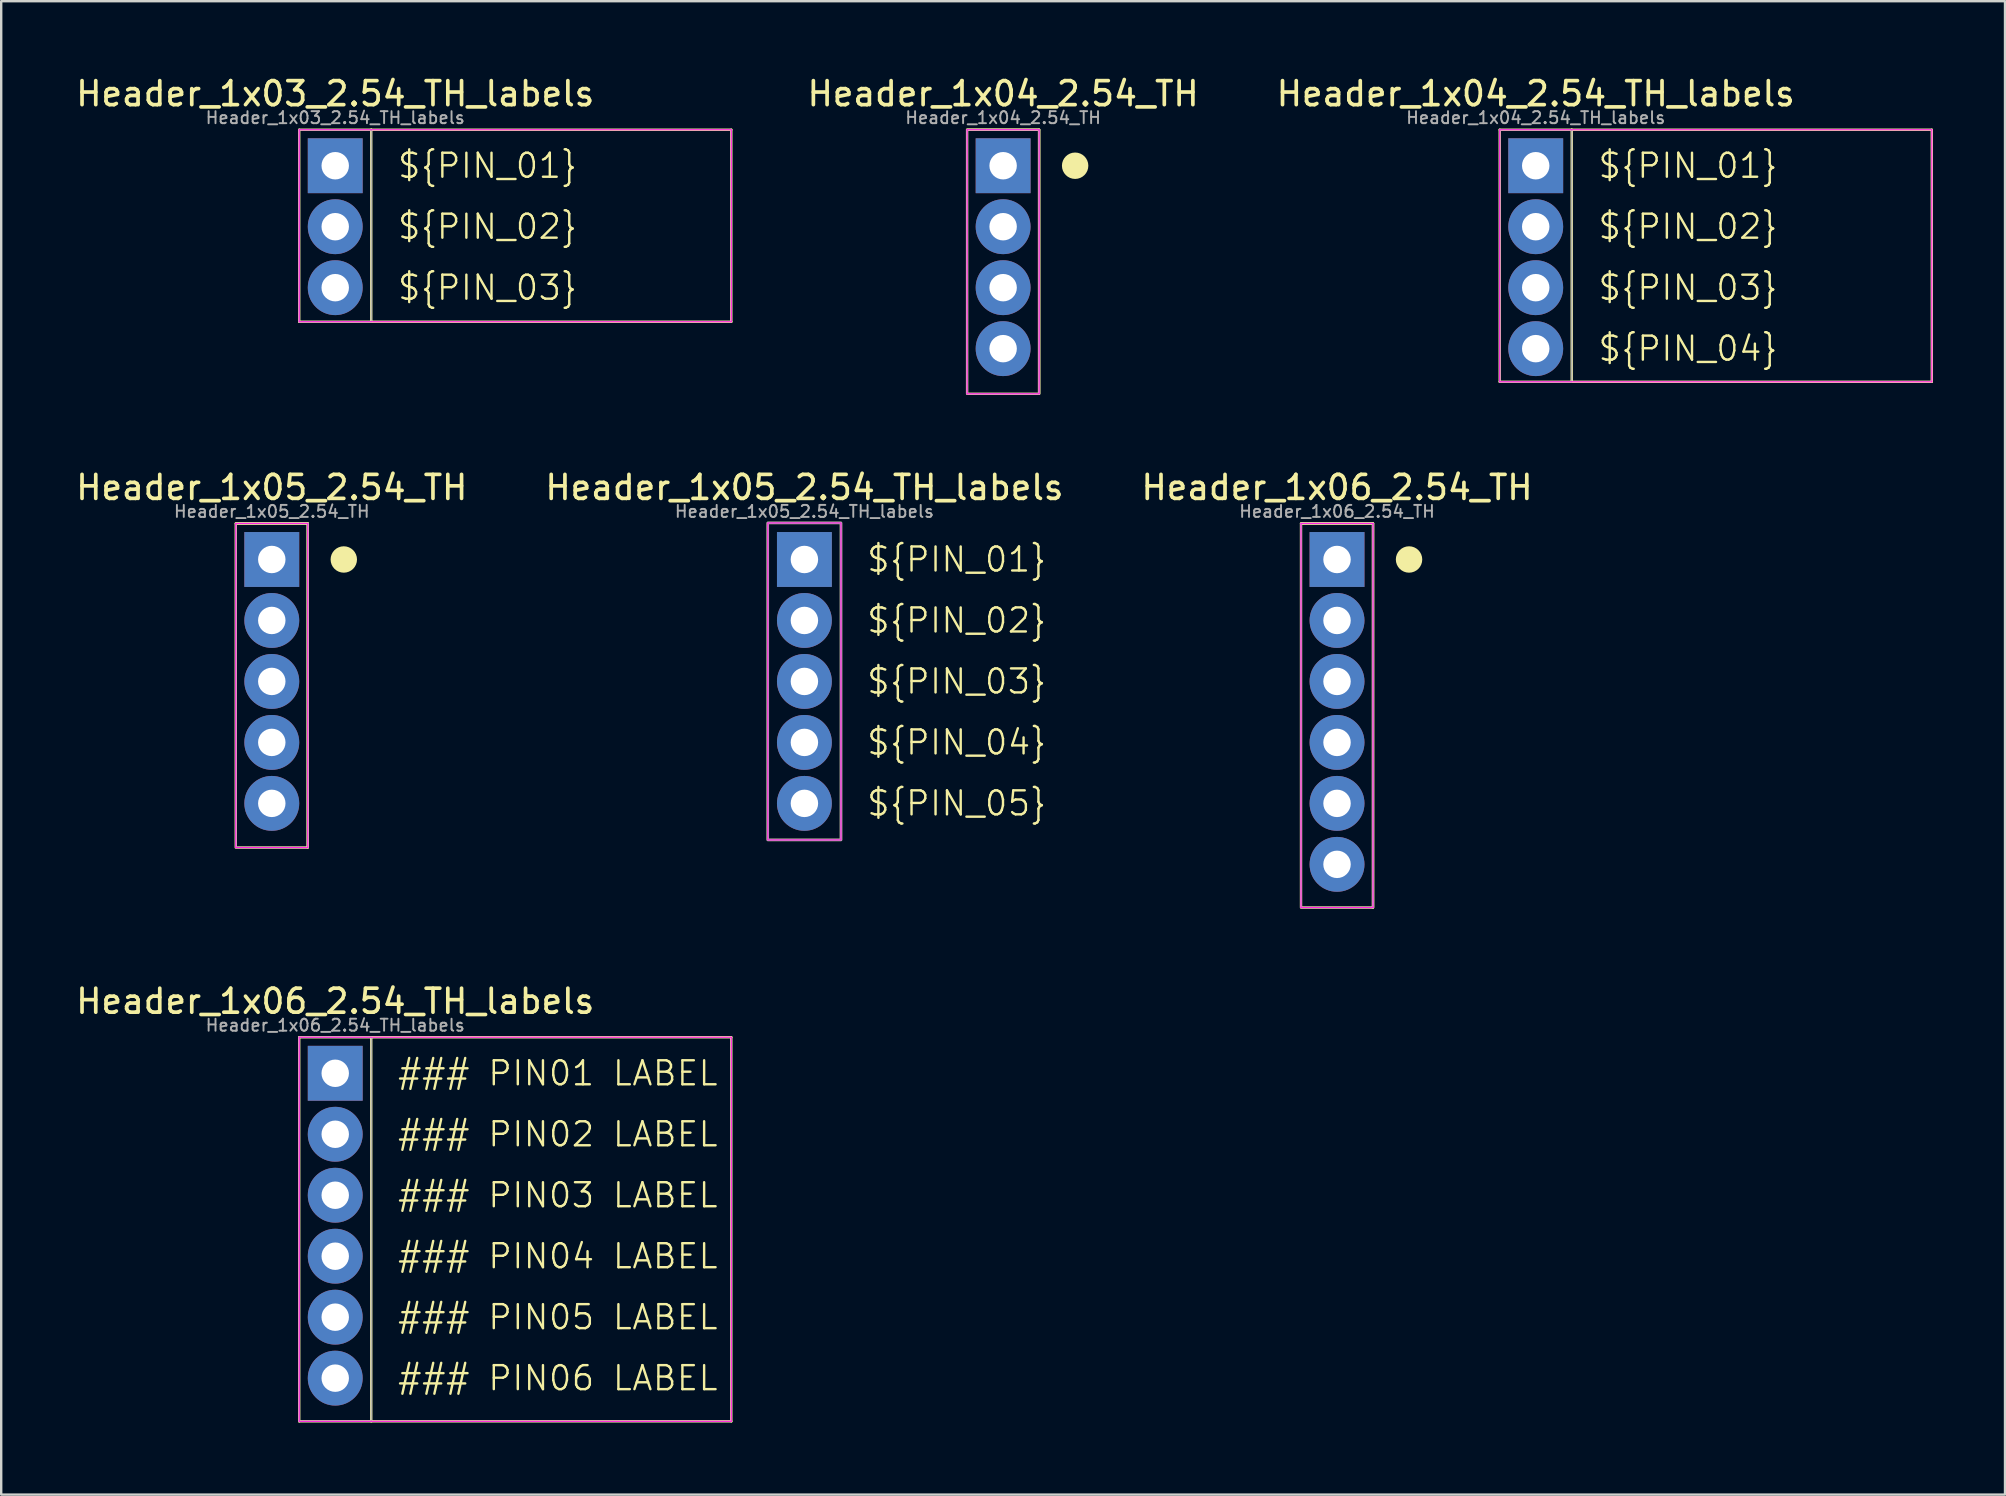
<source format=kicad_pcb>
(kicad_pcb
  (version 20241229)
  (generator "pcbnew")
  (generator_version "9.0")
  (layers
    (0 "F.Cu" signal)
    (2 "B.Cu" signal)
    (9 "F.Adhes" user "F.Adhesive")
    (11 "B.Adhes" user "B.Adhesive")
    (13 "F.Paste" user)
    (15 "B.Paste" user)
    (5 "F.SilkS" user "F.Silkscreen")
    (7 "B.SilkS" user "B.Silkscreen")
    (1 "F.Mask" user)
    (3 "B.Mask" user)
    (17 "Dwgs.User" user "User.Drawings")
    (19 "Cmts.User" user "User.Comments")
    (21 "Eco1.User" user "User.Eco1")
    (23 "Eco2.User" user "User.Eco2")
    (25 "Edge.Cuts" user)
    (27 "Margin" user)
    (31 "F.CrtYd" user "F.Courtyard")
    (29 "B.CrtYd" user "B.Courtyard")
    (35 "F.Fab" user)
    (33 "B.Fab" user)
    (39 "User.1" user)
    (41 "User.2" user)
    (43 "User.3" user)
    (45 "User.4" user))
  (footprint "Header_1x04_2.54_TH"
    (layer "F.Cu")
    (at 38.738 3.854)
    (property "Reference" "Header_1x04_2.54_TH" (at 0 -3 0) (layer "F.SilkS") (effects (font (size 1 1) (thickness 0.153))))
    (attr through_hole)
    (fp_line (start -1.5 -1.5) (end 1.5 -1.5) (stroke (width 0.1) (type default)) (layer "F.SilkS"))
    (fp_line (start 1.5 -1.5) (end 1.5 9.5) (stroke (width 0.1) (type default)) (layer "F.SilkS"))
    (fp_rect (start -1.5 -1.5) (end 1.5 9.5) (stroke (width 0.1) (type default)) (fill no) (layer "F.SilkS"))
    (fp_circle (center 3 0) (end 3.5 0) (stroke (width 0.1) (type solid)) (fill yes) (layer "F.SilkS"))
    (fp_line (start -1.5 -1.5) (end 1.5 -1.5) (stroke (width 0.05) (type default)) (layer "F.CrtYd"))
    (fp_line (start -1.5 9.5) (end -1.5 -1.5) (stroke (width 0.05) (type default)) (layer "F.CrtYd"))
    (fp_line (start 1.5 -1.5) (end 1.5 9.5) (stroke (width 0.05) (type default)) (layer "F.CrtYd"))
    (fp_line (start 1.5 9.5) (end -1.5 9.5) (stroke (width 0.05) (type default)) (layer "F.CrtYd"))
    (fp_line (start -1.5 -1.5) (end 1.5 -1.5) (stroke (width 0.05) (type default)) (layer "F.Fab"))
    (fp_line (start -1.5 9.5) (end -1.5 -1.5) (stroke (width 0.05) (type default)) (layer "F.Fab"))
    (fp_line (start 1.5 -1.5) (end 1.5 9.5) (stroke (width 0.05) (type default)) (layer "F.Fab"))
    (fp_line (start 1.5 9.5) (end -1.5 9.5) (stroke (width 0.05) (type default)) (layer "F.Fab"))
    (fp_text user "${REFERENCE}" (at 0 -2 0) (layer "F.Fab") (effects (font (size 0.5 0.5) (thickness 0.08))))
    (pad "1" thru_hole rect (at 0 0) (size 2.286 2.286) (drill 1.143) (layers "*.Cu" "*.Mask"))
    (pad "2" thru_hole circle (at 0 2.54) (size 2.286 2.286) (drill 1.143) (layers "*.Cu" "*.Mask"))
    (pad "3" thru_hole circle (at 0 5.08) (size 2.286 2.286) (drill 1.143) (layers "*.Cu" "*.Mask"))
    (pad "4" thru_hole circle (at 0 7.62) (size 2.286 2.286) (drill 1.143) (layers "*.Cu" "*.Mask")))
  (footprint "Header_1x05_2.54_TH"
    (layer "F.Cu")
    (at 8.272 20.257)
    (property "Reference" "Header_1x05_2.54_TH" (at 0 -3 0) (layer "F.SilkS") (effects (font (size 1 1) (thickness 0.153))))
    (attr through_hole)
    (fp_line (start -1.5 -1.5) (end 1.5 -1.5) (stroke (width 0.1) (type default)) (layer "F.SilkS"))
    (fp_line (start 1.5 -1.5) (end 1.5 12) (stroke (width 0.1) (type default)) (layer "F.SilkS"))
    (fp_rect (start -1.5 -1.5) (end 1.5 12) (stroke (width 0.1) (type default)) (fill no) (layer "F.SilkS"))
    (fp_circle (center 3 0) (end 3.5 0) (stroke (width 0.1) (type solid)) (fill yes) (layer "F.SilkS"))
    (fp_line (start -1.5 -1.5) (end 1.5 -1.5) (stroke (width 0.05) (type default)) (layer "F.CrtYd"))
    (fp_line (start -1.5 12) (end -1.5 -1.5) (stroke (width 0.05) (type default)) (layer "F.CrtYd"))
    (fp_line (start 1.5 -1.5) (end 1.5 12) (stroke (width 0.05) (type default)) (layer "F.CrtYd"))
    (fp_line (start 1.5 12) (end -1.5 12) (stroke (width 0.05) (type default)) (layer "F.CrtYd"))
    (fp_line (start -1.5 -1.5) (end 1.5 -1.5) (stroke (width 0.05) (type default)) (layer "F.Fab"))
    (fp_line (start -1.5 12) (end -1.5 -1.5) (stroke (width 0.05) (type default)) (layer "F.Fab"))
    (fp_line (start 1.5 -1.5) (end 1.5 12) (stroke (width 0.05) (type default)) (layer "F.Fab"))
    (fp_line (start 1.5 12) (end -1.5 12) (stroke (width 0.05) (type default)) (layer "F.Fab"))
    (fp_text user "${REFERENCE}" (at 0 -2 0) (layer "F.Fab") (effects (font (size 0.5 0.5) (thickness 0.08))))
    (pad "1" thru_hole rect (at 0 0) (size 2.286 2.286) (drill 1.143) (layers "*.Cu" "*.Mask"))
    (pad "2" thru_hole circle (at 0 2.54) (size 2.286 2.286) (drill 1.143) (layers "*.Cu" "*.Mask"))
    (pad "3" thru_hole circle (at 0 5.08) (size 2.286 2.286) (drill 1.143) (layers "*.Cu" "*.Mask"))
    (pad "4" thru_hole circle (at 0 7.62) (size 2.286 2.286) (drill 1.143) (layers "*.Cu" "*.Mask"))
    (pad "5" thru_hole circle (at 0 10.16) (size 2.286 2.286) (drill 1.143) (layers "*.Cu" "*.Mask")))
  (footprint "Header_1x05_2.54_TH_labels"
    (layer "F.Cu")
    (at 30.46 20.257)
    (property "Reference" "Header_1x05_2.54_TH_labels" (at 0 -3 0) (layer "F.SilkS") (effects (font (size 1 1) (thickness 0.153))))
    (attr through_hole)
    (fp_rect (start -1.524 -1.524) (end 1.524 11.684) (stroke (width 0.1) (type default)) (fill no) (layer "F.SilkS"))
    (fp_rect (start -1.524 -1.524) (end 1.524 11.684) (stroke (width 0.05) (type default)) (fill no) (layer "F.CrtYd"))
    (fp_rect (start -1.524 -1.524) (end 1.524 11.684) (stroke (width 0.1) (type default)) (fill no) (layer "F.Fab"))
    (fp_text user "${PIN_04}" (at 2.54 7.62 0) (unlocked yes) (layer "F.SilkS") (effects (font (size 1 1) (thickness 0.1)) (justify left)))
    (fp_text user "${PIN_03}" (at 2.54 5.08 0) (unlocked yes) (layer "F.SilkS") (effects (font (size 1 1) (thickness 0.1)) (justify left)))
    (fp_text user "${PIN_05}" (at 2.54 10.16 0) (unlocked yes) (layer "F.SilkS") (effects (font (size 1 1) (thickness 0.1)) (justify left)))
    (fp_text user "${PIN_02}" (at 2.54 2.54 0) (unlocked yes) (layer "F.SilkS") (effects (font (size 1 1) (thickness 0.1)) (justify left)))
    (fp_text user "${PIN_01}" (at 2.54 0 0) (unlocked yes) (layer "F.SilkS") (effects (font (size 1 1) (thickness 0.1)) (justify left)))
    (fp_text user "${REFERENCE}" (at 0 -2 0) (layer "F.Fab") (effects (font (size 0.5 0.5) (thickness 0.08))))
    (pad "1" thru_hole rect (at 0 0) (size 2.286 2.286) (drill 1.143) (layers "*.Cu" "*.Mask"))
    (pad "2" thru_hole circle (at 0 2.54) (size 2.286 2.286) (drill 1.143) (layers "*.Cu" "*.Mask"))
    (pad "3" thru_hole circle (at 0 5.08) (size 2.286 2.286) (drill 1.143) (layers "*.Cu" "*.Mask"))
    (pad "4" thru_hole circle (at 0 7.62) (size 2.286 2.286) (drill 1.143) (layers "*.Cu" "*.Mask"))
    (pad "5" thru_hole circle (at 0 10.16) (size 2.286 2.286) (drill 1.143) (layers "*.Cu" "*.Mask")))
  (footprint "Header_1x04_2.54_TH_labels"
    (layer "F.Cu")
    (at 60.925 3.854)
    (property "Reference" "Header_1x04_2.54_TH_labels" (at 0 -3 0) (layer "F.SilkS") (effects (font (size 1 1) (thickness 0.153))))
    (attr through_hole)
    (fp_line (start -1.5 -1.5) (end 1.5 -1.5) (stroke (width 0.1) (type default)) (layer "F.SilkS"))
    (fp_line (start -1.5 9) (end -1.5 -1.5) (stroke (width 0.1) (type default)) (layer "F.SilkS"))
    (fp_line (start 1.5 -1.5) (end 1.5 9) (stroke (width 0.1) (type default)) (layer "F.SilkS"))
    (fp_line (start 16.5 -1.5) (end 1.5 -1.5) (stroke (width 0.1) (type default)) (layer "F.SilkS"))
    (fp_line (start 16.5 9) (end -1.5 9) (stroke (width 0.1) (type default)) (layer "F.SilkS"))
    (fp_line (start 16.5 9) (end 16.5 -1.5) (stroke (width 0.1) (type default)) (layer "F.SilkS"))
    (fp_line (start -1.5 -1.5) (end 16.5 -1.5) (stroke (width 0.05) (type default)) (layer "F.CrtYd"))
    (fp_line (start -1.5 9) (end -1.5 -1.5) (stroke (width 0.05) (type default)) (layer "F.CrtYd"))
    (fp_line (start 16.5 -1.5) (end 16.5 9) (stroke (width 0.05) (type default)) (layer "F.CrtYd"))
    (fp_line (start 16.5 9) (end -1.5 9) (stroke (width 0.05) (type default)) (layer "F.CrtYd"))
    (fp_line (start -1.5 -1.5) (end 1.5 -1.5) (stroke (width 0.05) (type default)) (layer "F.Fab"))
    (fp_line (start -1.5 9) (end -1.5 -1.5) (stroke (width 0.05) (type default)) (layer "F.Fab"))
    (fp_line (start 1.5 -1.5) (end 1.5 9) (stroke (width 0.05) (type default)) (layer "F.Fab"))
    (fp_line (start 1.5 9) (end -1.5 9) (stroke (width 0.05) (type default)) (layer "F.Fab"))
    (fp_text user "${PIN_04}" (at 2.54 7.62 0) (unlocked yes) (layer "F.SilkS") (effects (font (size 1 1) (thickness 0.1)) (justify left)))
    (fp_text user "${PIN_01}" (at 2.54 0 0) (unlocked yes) (layer "F.SilkS") (effects (font (size 1 1) (thickness 0.1)) (justify left)))
    (fp_text user "${PIN_03}" (at 2.54 5.08 0) (unlocked yes) (layer "F.SilkS") (effects (font (size 1 1) (thickness 0.1)) (justify left)))
    (fp_text user "${PIN_02}" (at 2.54 2.54 0) (unlocked yes) (layer "F.SilkS") (effects (font (size 1 1) (thickness 0.1)) (justify left)))
    (fp_text user "${REFERENCE}" (at 0 -2 0) (layer "F.Fab") (effects (font (size 0.5 0.5) (thickness 0.08))))
    (pad "1" thru_hole rect (at 0 0) (size 2.286 2.286) (drill 1.143) (layers "*.Cu" "*.Mask"))
    (pad "2" thru_hole circle (at 0 2.54) (size 2.286 2.286) (drill 1.143) (layers "*.Cu" "*.Mask"))
    (pad "3" thru_hole circle (at 0 5.08) (size 2.286 2.286) (drill 1.143) (layers "*.Cu" "*.Mask"))
    (pad "4" thru_hole circle (at 0 7.62) (size 2.286 2.286) (drill 1.143) (layers "*.Cu" "*.Mask")))
  (footprint "Header_1x03_2.54_TH_labels"
    (layer "F.Cu")
    (at 10.915 3.854)
    (property "Reference" "Header_1x03_2.54_TH_labels" (at 0 -3 0) (layer "F.SilkS") (effects (font (size 1 1) (thickness 0.153))))
    (attr through_hole)
    (fp_line (start -1.5 -1.5) (end 1.5 -1.5) (stroke (width 0.1) (type default)) (layer "F.SilkS"))
    (fp_line (start -1.5 6.5) (end -1.5 -1.5) (stroke (width 0.1) (type default)) (layer "F.SilkS"))
    (fp_line (start 1.5 -1.5) (end 1.5 6.5) (stroke (width 0.1) (type default)) (layer "F.SilkS"))
    (fp_line (start 16.5 -1.5) (end 1.5 -1.5) (stroke (width 0.1) (type default)) (layer "F.SilkS"))
    (fp_line (start 16.5 6.5) (end -1.5 6.5) (stroke (width 0.1) (type default)) (layer "F.SilkS"))
    (fp_line (start 16.5 6.5) (end 16.5 -1.5) (stroke (width 0.1) (type default)) (layer "F.SilkS"))
    (fp_line (start -1.5 -1.5) (end 16.5 -1.5) (stroke (width 0.05) (type default)) (layer "F.CrtYd"))
    (fp_line (start -1.5 6.5) (end -1.5 -1.5) (stroke (width 0.05) (type default)) (layer "F.CrtYd"))
    (fp_line (start 16.5 -1.5) (end 16.5 6.5) (stroke (width 0.05) (type default)) (layer "F.CrtYd"))
    (fp_line (start 16.5 6.5) (end -1.5 6.5) (stroke (width 0.05) (type default)) (layer "F.CrtYd"))
    (fp_line (start -1.5 -1.5) (end 1.5 -1.5) (stroke (width 0.05) (type default)) (layer "F.Fab"))
    (fp_line (start -1.5 6.5) (end -1.5 -1.5) (stroke (width 0.05) (type default)) (layer "F.Fab"))
    (fp_line (start 1.5 -1.5) (end 1.5 6.5) (stroke (width 0.05) (type default)) (layer "F.Fab"))
    (fp_line (start 1.5 6.5) (end -1.5 6.5) (stroke (width 0.05) (type default)) (layer "F.Fab"))
    (fp_text user "${PIN_01}" (at 2.54 0 0) (unlocked yes) (layer "F.SilkS") (effects (font (size 1 1) (thickness 0.1)) (justify left)))
    (fp_text user "${PIN_03}" (at 2.54 5.08 0) (unlocked yes) (layer "F.SilkS") (effects (font (size 1 1) (thickness 0.1)) (justify left)))
    (fp_text user "${PIN_02}" (at 2.54 2.54 0) (unlocked yes) (layer "F.SilkS") (effects (font (size 1 1) (thickness 0.1)) (justify left)))
    (fp_text user "${REFERENCE}" (at 0 -2 0) (layer "F.Fab") (effects (font (size 0.5 0.5) (thickness 0.08))))
    (pad "1" thru_hole rect (at 0 0) (size 2.286 2.286) (drill 1.143) (layers "*.Cu" "*.Mask"))
    (pad "2" thru_hole circle (at 0 2.54) (size 2.286 2.286) (drill 1.143) (layers "*.Cu" "*.Mask"))
    (pad "3" thru_hole circle (at 0 5.08) (size 2.286 2.286) (drill 1.143) (layers "*.Cu" "*.Mask")))
  (footprint "Header_1x06_2.54_TH_labels"
    (layer "F.Cu")
    (at 10.915 41.661)
    (property "Reference" "Header_1x06_2.54_TH_labels" (at 0 -3 0) (layer "F.SilkS") (effects (font (size 1 1) (thickness 0.153))))
    (attr through_hole)
    (fp_line (start -1.5 -1.5) (end 1.5 -1.5) (stroke (width 0.1) (type default)) (layer "F.SilkS"))
    (fp_line (start -1.5 14.5) (end -1.5 -1.5) (stroke (width 0.1) (type default)) (layer "F.SilkS"))
    (fp_line (start 1.5 -1.5) (end 1.5 14.5) (stroke (width 0.1) (type default)) (layer "F.SilkS"))
    (fp_line (start 16.5 -1.5) (end 1.5 -1.5) (stroke (width 0.1) (type default)) (layer "F.SilkS"))
    (fp_line (start 16.5 14.5) (end -1.5 14.5) (stroke (width 0.1) (type default)) (layer "F.SilkS"))
    (fp_line (start 16.5 14.5) (end 16.5 -1.5) (stroke (width 0.1) (type default)) (layer "F.SilkS"))
    (fp_line (start -1.5 -1.5) (end 16.5 -1.5) (stroke (width 0.05) (type default)) (layer "F.CrtYd"))
    (fp_line (start -1.5 14.5) (end -1.5 -1.5) (stroke (width 0.05) (type default)) (layer "F.CrtYd"))
    (fp_line (start 16.5 -1.5) (end 16.5 14.5) (stroke (width 0.05) (type default)) (layer "F.CrtYd"))
    (fp_line (start 16.5 14.5) (end -1.5 14.5) (stroke (width 0.05) (type default)) (layer "F.CrtYd"))
    (fp_line (start -1.5 -1.5) (end 1.5 -1.5) (stroke (width 0.05) (type default)) (layer "F.Fab"))
    (fp_line (start -1.5 14.5) (end -1.5 -1.5) (stroke (width 0.05) (type default)) (layer "F.Fab"))
    (fp_line (start 1.5 -1.5) (end 1.5 14.5) (stroke (width 0.05) (type default)) (layer "F.Fab"))
    (fp_line (start 1.5 14.5) (end -1.5 14.5) (stroke (width 0.05) (type default)) (layer "F.Fab"))
    (fp_text user "### PIN03 LABEL" (at 2.54 5.08 0) (unlocked yes) (layer "F.SilkS") (effects (font (size 1 1) (thickness 0.1)) (justify left)))
    (fp_text user "### PIN01 LABEL" (at 2.54 0 0) (unlocked yes) (layer "F.SilkS") (effects (font (size 1 1) (thickness 0.1)) (justify left)))
    (fp_text user "### PIN06 LABEL" (at 2.54 12.7 0) (unlocked yes) (layer "F.SilkS") (effects (font (size 1 1) (thickness 0.1)) (justify left)))
    (fp_text user "### PIN04 LABEL" (at 2.54 7.62 0) (unlocked yes) (layer "F.SilkS") (effects (font (size 1 1) (thickness 0.1)) (justify left)))
    (fp_text user "### PIN05 LABEL" (at 2.54 10.16 0) (unlocked yes) (layer "F.SilkS") (effects (font (size 1 1) (thickness 0.1)) (justify left)))
    (fp_text user "### PIN02 LABEL" (at 2.54 2.54 0) (unlocked yes) (layer "F.SilkS") (effects (font (size 1 1) (thickness 0.1)) (justify left)))
    (fp_text user "${REFERENCE}" (at 0 -2 0) (layer "F.Fab") (effects (font (size 0.5 0.5) (thickness 0.08))))
    (pad "1" thru_hole rect (at 0 0) (size 2.286 2.286) (drill 1.143) (layers "*.Cu" "*.Mask"))
    (pad "2" thru_hole circle (at 0 2.54) (size 2.286 2.286) (drill 1.143) (layers "*.Cu" "*.Mask"))
    (pad "3" thru_hole circle (at 0 5.08) (size 2.286 2.286) (drill 1.143) (layers "*.Cu" "*.Mask"))
    (pad "4" thru_hole circle (at 0 7.62) (size 2.286 2.286) (drill 1.143) (layers "*.Cu" "*.Mask"))
    (pad "5" thru_hole circle (at 0 10.16) (size 2.286 2.286) (drill 1.143) (layers "*.Cu" "*.Mask"))
    (pad "6" thru_hole circle (at 0 12.7) (size 2.286 2.286) (drill 1.143) (layers "*.Cu" "*.Mask")))
  (footprint "Header_1x06_2.54_TH"
    (layer "F.Cu")
    (at 52.648 20.257)
    (property "Reference" "Header_1x06_2.54_TH" (at 0 -3 0) (layer "F.SilkS") (effects (font (size 1 1) (thickness 0.153))))
    (attr through_hole)
    (fp_line (start -1.5 -1.5) (end 1.5 -1.5) (stroke (width 0.1) (type default)) (layer "F.SilkS"))
    (fp_line (start 1.5 -1.5) (end 1.5 14.5) (stroke (width 0.1) (type default)) (layer "F.SilkS"))
    (fp_rect (start -1.5 -1.5) (end 1.5 14.5) (stroke (width 0.1) (type default)) (fill no) (layer "F.SilkS"))
    (fp_circle (center 3 0) (end 3.5 0) (stroke (width 0.1) (type solid)) (fill yes) (layer "F.SilkS"))
    (fp_line (start -1.5 -1.5) (end 1.5 -1.5) (stroke (width 0.05) (type default)) (layer "F.CrtYd"))
    (fp_line (start -1.5 14.5) (end -1.5 -1.5) (stroke (width 0.05) (type default)) (layer "F.CrtYd"))
    (fp_line (start 1.5 -1.5) (end 1.5 14.5) (stroke (width 0.05) (type default)) (layer "F.CrtYd"))
    (fp_line (start 1.5 14.5) (end -1.5 14.5) (stroke (width 0.05) (type default)) (layer "F.CrtYd"))
    (fp_line (start -1.5 -1.5) (end 1.5 -1.5) (stroke (width 0.05) (type default)) (layer "F.Fab"))
    (fp_line (start -1.5 14.5) (end -1.5 -1.5) (stroke (width 0.05) (type default)) (layer "F.Fab"))
    (fp_line (start 1.5 -1.5) (end 1.5 14.5) (stroke (width 0.05) (type default)) (layer "F.Fab"))
    (fp_line (start 1.5 14.5) (end -1.5 14.5) (stroke (width 0.05) (type default)) (layer "F.Fab"))
    (fp_text user "${REFERENCE}" (at 0 -2 0) (layer "F.Fab") (effects (font (size 0.5 0.5) (thickness 0.08))))
    (pad "1" thru_hole rect (at 0 0) (size 2.286 2.286) (drill 1.143) (layers "*.Cu" "*.Mask"))
    (pad "2" thru_hole circle (at 0 2.54) (size 2.286 2.286) (drill 1.143) (layers "*.Cu" "*.Mask"))
    (pad "3" thru_hole circle (at 0 5.08) (size 2.286 2.286) (drill 1.143) (layers "*.Cu" "*.Mask"))
    (pad "4" thru_hole circle (at 0 7.62) (size 2.286 2.286) (drill 1.143) (layers "*.Cu" "*.Mask"))
    (pad "5" thru_hole circle (at 0 10.16) (size 2.286 2.286) (drill 1.143) (layers "*.Cu" "*.Mask"))
    (pad "6" thru_hole circle (at 0 12.7) (size 2.286 2.286) (drill 1.143) (layers "*.Cu" "*.Mask")))
  (gr_rect
    (start -3 -3)
    (end 80.475 59.211)
    (stroke (width 0.1) (type default))
    (fill no)
    (layer "Edge.Cuts")))
</source>
